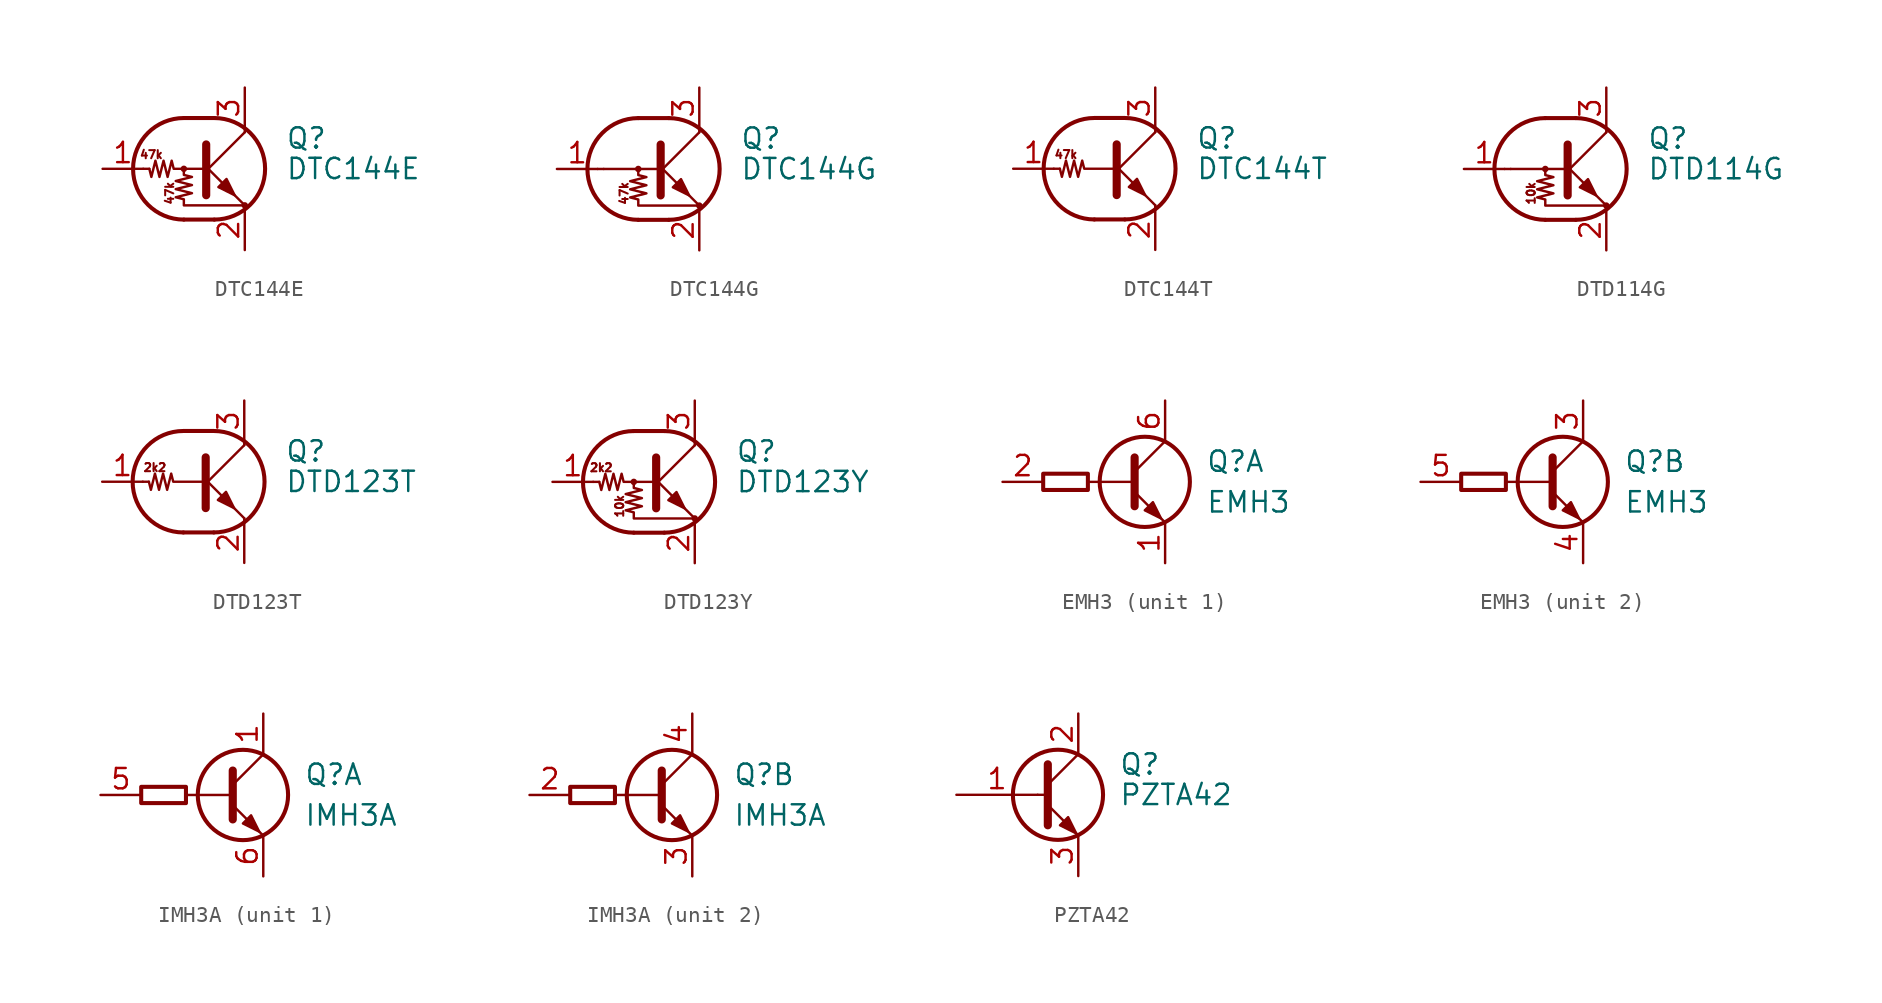
<source format=kicad_sym>
(kicad_symbol_lib
  (version 20201005)
  (generator kicad_symbol_editor)
  (symbol "DTC144E"
    (pin_names
      (offset 0) hide)
    (property "Reference" "Q"
      (at 5.08 1.905 0)
      (effects (font (size 1.27 1.27)) (justify left)))
    (property "Value" "DTC144E"
      (at 5.08 0 0)
      (effects (font (size 1.27 1.27)) (justify left)))
    (symbol "DTC144E_0_0"
      (text "47k" (at -3.302 0.889 0) (effects (font (size 0.508 0.508))))
      (text "47k" (at -2.159 -1.524 900) (effects (font (size 0.508 0.508)))))
    (symbol "DTC144E_0_1"
      (arc (start -1.27 3.175) (end -1.27 -3.175) (radius (at -1.27 0) (length 3.175) (angles 90.1 -90.1)) (stroke (width 0.254)) (fill (type none)))
      (arc (start 0.635 -3.175) (end 0.635 3.175) (radius (at 0.635 0) (length 3.175) (angles -89.9 89.9)) (stroke (width 0.254)) (fill (type none)))
      (circle (center -1.27 0) (radius 0.127) (stroke (width 0)) (fill (type none)))
      (circle (center 2.54 -2.286) (radius 0.127) (stroke (width 0)) (fill (type none)))
      (polyline (pts (xy -3.429 0) (xy -3.81 0)) (stroke (width 0)) (fill (type none)))
      (polyline (pts (xy -1.27 -3.175) (xy 0.635 -3.175)) (stroke (width 0.254)) (fill (type none)))
      (polyline (pts (xy -1.27 3.175) (xy 0.635 3.175)) (stroke (width 0.254)) (fill (type none)))
      (polyline (pts (xy 0 -0.254) (xy 2.54 2.286)) (stroke (width 0)) (fill (type none)))
      (polyline (pts (xy 2.54 2.286) (xy 2.54 2.54)) (stroke (width 0)) (fill (type none)))
      (polyline (pts (xy 2.54 -2.286) (xy 0 0.254) (xy 0 0.254)) (stroke (width 0)) (fill (type none)))
      (polyline (pts (xy 0 0) (xy -1.905 0) (xy -2.032 0.508) (xy -2.286 -0.508) (xy -2.54 0.508) (xy -2.794 -0.508) (xy -3.048 0.508) (xy -3.302 -0.508) (xy -3.429 0)) (stroke (width 0)) (fill (type none)))
      (polyline (pts (xy -1.27 0) (xy -1.27 -0.381) (xy -0.762 -0.508) (xy -1.778 -0.762) (xy -0.762 -1.016) (xy -1.778 -1.27) (xy -0.762 -1.524) (xy -1.778 -1.778) (xy -1.27 -1.905) (xy -1.27 -2.286) (xy 2.54 -2.286)) (stroke (width 0)) (fill (type none)))
      (polyline (pts (xy 0.127 1.524) (xy 0.127 -1.651)) (stroke (width 0.508)) (fill (type outline)))
      (polyline (pts (xy 0.889 -1.143) (xy 1.397 -0.635) (xy 1.905 -1.651) (xy 0.889 -1.143)) (stroke (width 0)) (fill (type outline))))
    (symbol "DTC144E_1_1"
      (pin input line (at -6.35 0 0) (length 2.54) (name "B" (effects (font (size 1.27 1.27)))) (number "1" (effects (font (size 1.27 1.27)))))
      (pin passive line (at 2.54 -5.08 90) (length 2.54) (name "E" (effects (font (size 1.27 1.27)))) (number "2" (effects (font (size 1.27 1.27)))))
      (pin passive line (at 2.54 5.08 270) (length 2.54) (name "C" (effects (font (size 1.27 1.27)))) (number "3" (effects (font (size 1.27 1.27)))))))
  (symbol "DTC144G"
    (pin_names
      (offset 0) hide)
    (property "Reference" "Q"
      (at 5.08 1.905 0)
      (effects (font (size 1.27 1.27)) (justify left)))
    (property "Value" "DTC144G"
      (at 5.08 0 0)
      (effects (font (size 1.27 1.27)) (justify left)))
    (symbol "DTC144G_0_0"
      (text "47k" (at -2.159 -1.524 900) (effects (font (size 0.508 0.508))))
      (polyline (pts (xy -3.429 0) (xy 0 0)) (stroke (width 0)) (fill (type none))))
    (symbol "DTC144G_0_1"
      (arc (start -1.27 3.175) (end -1.27 -3.175) (radius (at -1.27 0) (length 3.175) (angles 90.1 -90.1)) (stroke (width 0.254)) (fill (type none)))
      (arc (start 0.635 -3.175) (end 0.635 3.175) (radius (at 0.635 0) (length 3.175) (angles -89.9 89.9)) (stroke (width 0.254)) (fill (type none)))
      (circle (center -1.27 0) (radius 0.127) (stroke (width 0)) (fill (type none)))
      (circle (center 2.54 -2.286) (radius 0.127) (stroke (width 0)) (fill (type none)))
      (polyline (pts (xy -3.429 0) (xy -3.81 0)) (stroke (width 0)) (fill (type none)))
      (polyline (pts (xy -1.27 -3.175) (xy 0.635 -3.175)) (stroke (width 0.254)) (fill (type none)))
      (polyline (pts (xy -1.27 3.175) (xy 0.635 3.175)) (stroke (width 0.254)) (fill (type none)))
      (polyline (pts (xy 0 -0.254) (xy 2.54 2.286)) (stroke (width 0)) (fill (type none)))
      (polyline (pts (xy 2.54 2.286) (xy 2.54 2.54)) (stroke (width 0)) (fill (type none)))
      (polyline (pts (xy 2.54 -2.286) (xy 0 0.254) (xy 0 0.254)) (stroke (width 0)) (fill (type none)))
      (polyline (pts (xy -1.27 0) (xy -1.27 -0.381) (xy -0.762 -0.508) (xy -1.778 -0.762) (xy -0.762 -1.016) (xy -1.778 -1.27) (xy -0.762 -1.524) (xy -1.778 -1.778) (xy -1.27 -1.905) (xy -1.27 -2.286) (xy 2.54 -2.286)) (stroke (width 0)) (fill (type none)))
      (polyline (pts (xy 0.127 1.524) (xy 0.127 -1.651)) (stroke (width 0.508)) (fill (type outline)))
      (polyline (pts (xy 0.889 -1.143) (xy 1.397 -0.635) (xy 1.905 -1.651) (xy 0.889 -1.143)) (stroke (width 0)) (fill (type outline))))
    (symbol "DTC144G_1_1"
      (pin input line (at -6.35 0 0) (length 2.54) (name "B" (effects (font (size 1.27 1.27)))) (number "1" (effects (font (size 1.27 1.27)))))
      (pin passive line (at 2.54 -5.08 90) (length 2.54) (name "E" (effects (font (size 1.27 1.27)))) (number "2" (effects (font (size 1.27 1.27)))))
      (pin passive line (at 2.54 5.08 270) (length 2.54) (name "C" (effects (font (size 1.27 1.27)))) (number "3" (effects (font (size 1.27 1.27)))))))
  (symbol "DTC144T"
    (pin_names
      (offset 0) hide)
    (property "Reference" "Q"
      (at 5.08 1.905 0)
      (effects (font (size 1.27 1.27)) (justify left)))
    (property "Value" "DTC144T"
      (at 5.08 0 0)
      (effects (font (size 1.27 1.27)) (justify left)))
    (symbol "DTC144T_0_0"
      (text "47k" (at -3.048 0.889 0) (effects (font (size 0.508 0.508))))
      (polyline (pts (xy 2.54 -2.286) (xy 2.54 -2.54)) (stroke (width 0)) (fill (type none))))
    (symbol "DTC144T_0_1"
      (arc (start -1.27 3.175) (end -1.27 -3.175) (radius (at -1.27 0) (length 3.175) (angles 90.1 -90.1)) (stroke (width 0.254)) (fill (type none)))
      (arc (start 0.635 -3.175) (end 0.635 3.175) (radius (at 0.635 0) (length 3.175) (angles -89.9 89.9)) (stroke (width 0.254)) (fill (type none)))
      (polyline (pts (xy -3.429 0) (xy -3.81 0)) (stroke (width 0)) (fill (type none)))
      (polyline (pts (xy -1.27 -3.175) (xy 0.635 -3.175)) (stroke (width 0.254)) (fill (type none)))
      (polyline (pts (xy -1.27 3.175) (xy 0.635 3.175)) (stroke (width 0.254)) (fill (type none)))
      (polyline (pts (xy 0 -0.254) (xy 2.54 2.286)) (stroke (width 0)) (fill (type none)))
      (polyline (pts (xy 2.54 2.286) (xy 2.54 2.54)) (stroke (width 0)) (fill (type none)))
      (polyline (pts (xy 2.54 -2.286) (xy 0 0.254) (xy 0 0.254)) (stroke (width 0)) (fill (type none)))
      (polyline (pts (xy 0 0) (xy -1.905 0) (xy -2.032 0.508) (xy -2.286 -0.508) (xy -2.54 0.508) (xy -2.794 -0.508) (xy -3.048 0.508) (xy -3.302 -0.508) (xy -3.429 0)) (stroke (width 0)) (fill (type none)))
      (polyline (pts (xy 0.127 1.524) (xy 0.127 -1.651)) (stroke (width 0.508)) (fill (type outline)))
      (polyline (pts (xy 0.889 -1.143) (xy 1.397 -0.635) (xy 1.905 -1.651) (xy 0.889 -1.143)) (stroke (width 0)) (fill (type outline))))
    (symbol "DTC144T_1_1"
      (pin input line (at -6.35 0 0) (length 2.54) (name "B" (effects (font (size 1.27 1.27)))) (number "1" (effects (font (size 1.27 1.27)))))
      (pin passive line (at 2.54 -5.08 90) (length 2.54) (name "E" (effects (font (size 1.27 1.27)))) (number "2" (effects (font (size 1.27 1.27)))))
      (pin passive line (at 2.54 5.08 270) (length 2.54) (name "C" (effects (font (size 1.27 1.27)))) (number "3" (effects (font (size 1.27 1.27)))))))
  (symbol "DTD114G"
    (pin_names
      (offset 0) hide)
    (property "Reference" "Q"
      (at 5.08 1.905 0)
      (effects (font (size 1.27 1.27)) (justify left)))
    (property "Value" "DTD114G"
      (at 5.08 0 0)
      (effects (font (size 1.27 1.27)) (justify left)))
    (symbol "DTD114G_0_0"
      (text "10k" (at -2.159 -1.524 900) (effects (font (size 0.508 0.508))))
      (polyline (pts (xy -3.429 0) (xy 0 0)) (stroke (width 0)) (fill (type none))))
    (symbol "DTD114G_0_1"
      (arc (start -1.27 3.175) (end -1.27 -3.175) (radius (at -1.27 0) (length 3.175) (angles 90.1 -90.1)) (stroke (width 0.254)) (fill (type none)))
      (arc (start 0.635 -3.175) (end 0.635 3.175) (radius (at 0.635 0) (length 3.175) (angles -89.9 89.9)) (stroke (width 0.254)) (fill (type none)))
      (circle (center -1.27 0) (radius 0.127) (stroke (width 0)) (fill (type none)))
      (circle (center 2.54 -2.286) (radius 0.127) (stroke (width 0)) (fill (type none)))
      (polyline (pts (xy -3.429 0) (xy -3.81 0)) (stroke (width 0)) (fill (type none)))
      (polyline (pts (xy -1.27 -3.175) (xy 0.635 -3.175)) (stroke (width 0.254)) (fill (type none)))
      (polyline (pts (xy -1.27 3.175) (xy 0.635 3.175)) (stroke (width 0.254)) (fill (type none)))
      (polyline (pts (xy 0 -0.254) (xy 2.54 2.286)) (stroke (width 0)) (fill (type none)))
      (polyline (pts (xy 2.54 2.286) (xy 2.54 2.54)) (stroke (width 0)) (fill (type none)))
      (polyline (pts (xy 2.54 -2.286) (xy 0 0.254) (xy 0 0.254)) (stroke (width 0)) (fill (type none)))
      (polyline (pts (xy -1.27 0) (xy -1.27 -0.381) (xy -0.762 -0.508) (xy -1.778 -0.762) (xy -0.762 -1.016) (xy -1.778 -1.27) (xy -0.762 -1.524) (xy -1.778 -1.778) (xy -1.27 -1.905) (xy -1.27 -2.286) (xy 2.54 -2.286)) (stroke (width 0)) (fill (type none)))
      (polyline (pts (xy 0.127 1.524) (xy 0.127 -1.651)) (stroke (width 0.508)) (fill (type outline)))
      (polyline (pts (xy 0.889 -1.143) (xy 1.397 -0.635) (xy 1.905 -1.651) (xy 0.889 -1.143)) (stroke (width 0)) (fill (type outline))))
    (symbol "DTD114G_1_1"
      (pin input line (at -6.35 0 0) (length 2.54) (name "B" (effects (font (size 1.27 1.27)))) (number "1" (effects (font (size 1.27 1.27)))))
      (pin passive line (at 2.54 -5.08 90) (length 2.54) (name "E" (effects (font (size 1.27 1.27)))) (number "2" (effects (font (size 1.27 1.27)))))
      (pin passive line (at 2.54 5.08 270) (length 2.54) (name "C" (effects (font (size 1.27 1.27)))) (number "3" (effects (font (size 1.27 1.27)))))))
  (symbol "DTD123T"
    (pin_names
      (offset 0) hide)
    (property "Reference" "Q"
      (at 5.08 1.905 0)
      (effects (font (size 1.27 1.27)) (justify left)))
    (property "Value" "DTD123T"
      (at 5.08 0 0)
      (effects (font (size 1.27 1.27)) (justify left)))
    (symbol "DTD123T_0_0"
      (text "2k2" (at -3.048 0.889 0) (effects (font (size 0.508 0.508))))
      (polyline (pts (xy 2.54 -2.286) (xy 2.54 -2.54)) (stroke (width 0)) (fill (type none))))
    (symbol "DTD123T_0_1"
      (arc (start -1.27 3.175) (end -1.27 -3.175) (radius (at -1.27 0) (length 3.175) (angles 90.1 -90.1)) (stroke (width 0.254)) (fill (type none)))
      (arc (start 0.635 -3.175) (end 0.635 3.175) (radius (at 0.635 0) (length 3.175) (angles -89.9 89.9)) (stroke (width 0.254)) (fill (type none)))
      (polyline (pts (xy -3.429 0) (xy -3.81 0)) (stroke (width 0)) (fill (type none)))
      (polyline (pts (xy -1.27 -3.175) (xy 0.635 -3.175)) (stroke (width 0.254)) (fill (type none)))
      (polyline (pts (xy -1.27 3.175) (xy 0.635 3.175)) (stroke (width 0.254)) (fill (type none)))
      (polyline (pts (xy 0 -0.254) (xy 2.54 2.286)) (stroke (width 0)) (fill (type none)))
      (polyline (pts (xy 2.54 2.286) (xy 2.54 2.54)) (stroke (width 0)) (fill (type none)))
      (polyline (pts (xy 2.54 -2.286) (xy 0 0.254) (xy 0 0.254)) (stroke (width 0)) (fill (type none)))
      (polyline (pts (xy 0 0) (xy -1.905 0) (xy -2.032 0.508) (xy -2.286 -0.508) (xy -2.54 0.508) (xy -2.794 -0.508) (xy -3.048 0.508) (xy -3.302 -0.508) (xy -3.429 0)) (stroke (width 0)) (fill (type none)))
      (polyline (pts (xy 0.127 1.524) (xy 0.127 -1.651)) (stroke (width 0.508)) (fill (type outline)))
      (polyline (pts (xy 0.889 -1.143) (xy 1.397 -0.635) (xy 1.905 -1.651) (xy 0.889 -1.143)) (stroke (width 0)) (fill (type outline))))
    (symbol "DTD123T_1_1"
      (pin input line (at -6.35 0 0) (length 2.54) (name "B" (effects (font (size 1.27 1.27)))) (number "1" (effects (font (size 1.27 1.27)))))
      (pin passive line (at 2.54 -5.08 90) (length 2.54) (name "E" (effects (font (size 1.27 1.27)))) (number "2" (effects (font (size 1.27 1.27)))))
      (pin passive line (at 2.54 5.08 270) (length 2.54) (name "C" (effects (font (size 1.27 1.27)))) (number "3" (effects (font (size 1.27 1.27)))))))
  (symbol "DTD123Y"
    (pin_names
      (offset 0) hide)
    (property "Reference" "Q"
      (at 5.08 1.905 0)
      (effects (font (size 1.27 1.27)) (justify left)))
    (property "Value" "DTD123Y"
      (at 5.08 0 0)
      (effects (font (size 1.27 1.27)) (justify left)))
    (symbol "DTD123Y_0_0"
      (text "10k" (at -2.159 -1.524 900) (effects (font (size 0.508 0.508))))
      (text "2k2" (at -3.302 0.889 0) (effects (font (size 0.508 0.508)))))
    (symbol "DTD123Y_0_1"
      (arc (start -1.27 3.175) (end -1.27 -3.175) (radius (at -1.27 0) (length 3.175) (angles 90.1 -90.1)) (stroke (width 0.254)) (fill (type none)))
      (arc (start 0.635 -3.175) (end 0.635 3.175) (radius (at 0.635 0) (length 3.175) (angles -89.9 89.9)) (stroke (width 0.254)) (fill (type none)))
      (circle (center -1.27 0) (radius 0.127) (stroke (width 0)) (fill (type none)))
      (circle (center 2.54 -2.286) (radius 0.127) (stroke (width 0)) (fill (type none)))
      (polyline (pts (xy -3.429 0) (xy -3.81 0)) (stroke (width 0)) (fill (type none)))
      (polyline (pts (xy -1.27 -3.175) (xy 0.635 -3.175)) (stroke (width 0.254)) (fill (type none)))
      (polyline (pts (xy -1.27 3.175) (xy 0.635 3.175)) (stroke (width 0.254)) (fill (type none)))
      (polyline (pts (xy 0 -0.254) (xy 2.54 2.286)) (stroke (width 0)) (fill (type none)))
      (polyline (pts (xy 2.54 2.286) (xy 2.54 2.54)) (stroke (width 0)) (fill (type none)))
      (polyline (pts (xy 2.54 -2.286) (xy 0 0.254) (xy 0 0.254)) (stroke (width 0)) (fill (type none)))
      (polyline (pts (xy 0 0) (xy -1.905 0) (xy -2.032 0.508) (xy -2.286 -0.508) (xy -2.54 0.508) (xy -2.794 -0.508) (xy -3.048 0.508) (xy -3.302 -0.508) (xy -3.429 0)) (stroke (width 0)) (fill (type none)))
      (polyline (pts (xy -1.27 0) (xy -1.27 -0.381) (xy -0.762 -0.508) (xy -1.778 -0.762) (xy -0.762 -1.016) (xy -1.778 -1.27) (xy -0.762 -1.524) (xy -1.778 -1.778) (xy -1.27 -1.905) (xy -1.27 -2.286) (xy 2.54 -2.286)) (stroke (width 0)) (fill (type none)))
      (polyline (pts (xy 0.127 1.524) (xy 0.127 -1.651)) (stroke (width 0.508)) (fill (type outline)))
      (polyline (pts (xy 0.889 -1.143) (xy 1.397 -0.635) (xy 1.905 -1.651) (xy 0.889 -1.143)) (stroke (width 0)) (fill (type outline))))
    (symbol "DTD123Y_1_1"
      (pin input line (at -6.35 0 0) (length 2.54) (name "B" (effects (font (size 1.27 1.27)))) (number "1" (effects (font (size 1.27 1.27)))))
      (pin passive line (at 2.54 -5.08 90) (length 2.54) (name "E" (effects (font (size 1.27 1.27)))) (number "2" (effects (font (size 1.27 1.27)))))
      (pin passive line (at 2.54 5.08 270) (length 2.54) (name "C" (effects (font (size 1.27 1.27)))) (number "3" (effects (font (size 1.27 1.27)))))))
  (symbol "EMH3"
    (pin_names hide)
    (property "Reference" "Q"
      (at 7.62 1.27 0)
      (effects (font (size 1.27 1.27)) (justify left)))
    (property "Value" "EMH3"
      (at 7.62 -1.27 0)
      (effects (font (size 1.27 1.27)) (justify left)))
    (symbol "EMH3_0_1"
      (circle (center 3.81 0) (radius 2.819) (stroke (width 0.254)) (fill (type none)))
      (rectangle (start 0.254 0.508) (end -2.54 -0.508) (stroke (width 0.254)) (fill (type none)))
      (polyline (pts (xy 3.175 0) (xy 0.254 0)) (stroke (width 0)) (fill (type none)))
      (polyline (pts (xy 3.175 0.635) (xy 5.08 2.54)) (stroke (width 0)) (fill (type none)))
      (polyline (pts (xy 3.175 1.524) (xy 3.175 -1.524)) (stroke (width 0.508)) (fill (type none)))
      (polyline (pts (xy 3.175 -0.635) (xy 5.08 -2.54) (xy 5.08 -2.54)) (stroke (width 0)) (fill (type none)))
      (polyline (pts (xy 3.81 -1.778) (xy 4.318 -1.27) (xy 4.826 -2.286) (xy 3.81 -1.778) (xy 3.81 -1.778)) (stroke (width 0)) (fill (type outline))))
    (symbol "EMH3_1_1"
      (pin passive line (at 5.08 -5.08 90) (length 2.54) (name "E1" (effects (font (size 1.27 1.27)))) (number "1" (effects (font (size 1.27 1.27)))))
      (pin input line (at -5.08 0 0) (length 2.54) (name "B1" (effects (font (size 1.27 1.27)))) (number "2" (effects (font (size 1.27 1.27)))))
      (pin passive line (at 5.08 5.08 270) (length 2.54) (name "C1" (effects (font (size 1.27 1.27)))) (number "6" (effects (font (size 1.27 1.27))))))
    (symbol "EMH3_2_1"
      (pin passive line (at 5.08 5.08 270) (length 2.54) (name "C2" (effects (font (size 1.27 1.27)))) (number "3" (effects (font (size 1.27 1.27)))))
      (pin passive line (at 5.08 -5.08 90) (length 2.54) (name "E2" (effects (font (size 1.27 1.27)))) (number "4" (effects (font (size 1.27 1.27)))))
      (pin input line (at -5.08 0 0) (length 2.54) (name "B2" (effects (font (size 1.27 1.27)))) (number "5" (effects (font (size 1.27 1.27)))))))
  (symbol "IMH3A"
    (pin_names hide)
    (property "Reference" "Q"
      (at 7.62 1.27 0)
      (effects (font (size 1.27 1.27)) (justify left)))
    (property "Value" "IMH3A"
      (at 7.62 -1.27 0)
      (effects (font (size 1.27 1.27)) (justify left)))
    (symbol "IMH3A_0_1"
      (circle (center 3.81 0) (radius 2.819) (stroke (width 0.254)) (fill (type none)))
      (rectangle (start 0.254 0.508) (end -2.54 -0.508) (stroke (width 0.254)) (fill (type none)))
      (polyline (pts (xy 3.175 0) (xy 0.254 0)) (stroke (width 0)) (fill (type none)))
      (polyline (pts (xy 3.175 0.635) (xy 5.08 2.54)) (stroke (width 0)) (fill (type none)))
      (polyline (pts (xy 3.175 1.524) (xy 3.175 -1.524)) (stroke (width 0.508)) (fill (type none)))
      (polyline (pts (xy 3.175 -0.635) (xy 5.08 -2.54) (xy 5.08 -2.54)) (stroke (width 0)) (fill (type none)))
      (polyline (pts (xy 3.81 -1.778) (xy 4.318 -1.27) (xy 4.826 -2.286) (xy 3.81 -1.778) (xy 3.81 -1.778)) (stroke (width 0)) (fill (type outline))))
    (symbol "IMH3A_1_1"
      (pin passive line (at 5.08 5.08 270) (length 2.54) (name "C1" (effects (font (size 1.27 1.27)))) (number "1" (effects (font (size 1.27 1.27)))))
      (pin input line (at -5.08 0 0) (length 2.54) (name "B1" (effects (font (size 1.27 1.27)))) (number "5" (effects (font (size 1.27 1.27)))))
      (pin passive line (at 5.08 -5.08 90) (length 2.54) (name "E1" (effects (font (size 1.27 1.27)))) (number "6" (effects (font (size 1.27 1.27))))))
    (symbol "IMH3A_2_1"
      (pin input line (at -5.08 0 0) (length 2.54) (name "B2" (effects (font (size 1.27 1.27)))) (number "2" (effects (font (size 1.27 1.27)))))
      (pin passive line (at 5.08 -5.08 90) (length 2.54) (name "E2" (effects (font (size 1.27 1.27)))) (number "3" (effects (font (size 1.27 1.27)))))
      (pin passive line (at 5.08 5.08 270) (length 2.54) (name "C2" (effects (font (size 1.27 1.27)))) (number "4" (effects (font (size 1.27 1.27)))))))
  (symbol "PZTA42"
    (pin_names
      (offset 0) hide)
    (property "Reference" "Q"
      (at 5.08 1.905 0)
      (effects (font (size 1.27 1.27)) (justify left)))
    (property "Value" "PZTA42"
      (at 5.08 0 0)
      (effects (font (size 1.27 1.27)) (justify left)))
    (symbol "PZTA42_0_1"
      (circle (center 1.27 0) (radius 2.819) (stroke (width 0.254)) (fill (type none)))
      (polyline (pts (xy 0 0) (xy 0.635 0)) (stroke (width 0)) (fill (type none)))
      (polyline (pts (xy 2.54 -2.54) (xy 0.635 -0.635)) (stroke (width 0)) (fill (type none)))
      (polyline (pts (xy 2.54 2.54) (xy 0.635 0.635)) (stroke (width 0)) (fill (type none)))
      (polyline (pts (xy 0.635 1.905) (xy 0.635 -1.905) (xy 0.635 -1.905)) (stroke (width 0.508)) (fill (type none)))
      (polyline (pts (xy 2.286 -2.286) (xy 1.778 -1.778) (xy 1.778 -1.778)) (stroke (width 0)) (fill (type none)))
      (polyline (pts (xy 1.397 -1.905) (xy 1.905 -1.397) (xy 2.413 -2.413) (xy 1.397 -1.905) (xy 1.397 -1.905)) (stroke (width 0)) (fill (type outline))))
    (symbol "PZTA42_1_1"
      (pin input line (at -5.08 0 0) (length 5.08) (name "B" (effects (font (size 1.27 1.27)))) (number "1" (effects (font (size 1.27 1.27)))))
      (pin passive line (at 2.54 5.08 270) (length 2.54) (name "C" (effects (font (size 1.27 1.27)))) (number "2" (effects (font (size 1.27 1.27)))))
      (pin passive line (at 2.54 -5.08 90) (length 2.54) (name "E" (effects (font (size 1.27 1.27)))) (number "3" (effects (font (size 1.27 1.27))))))))
</source>
